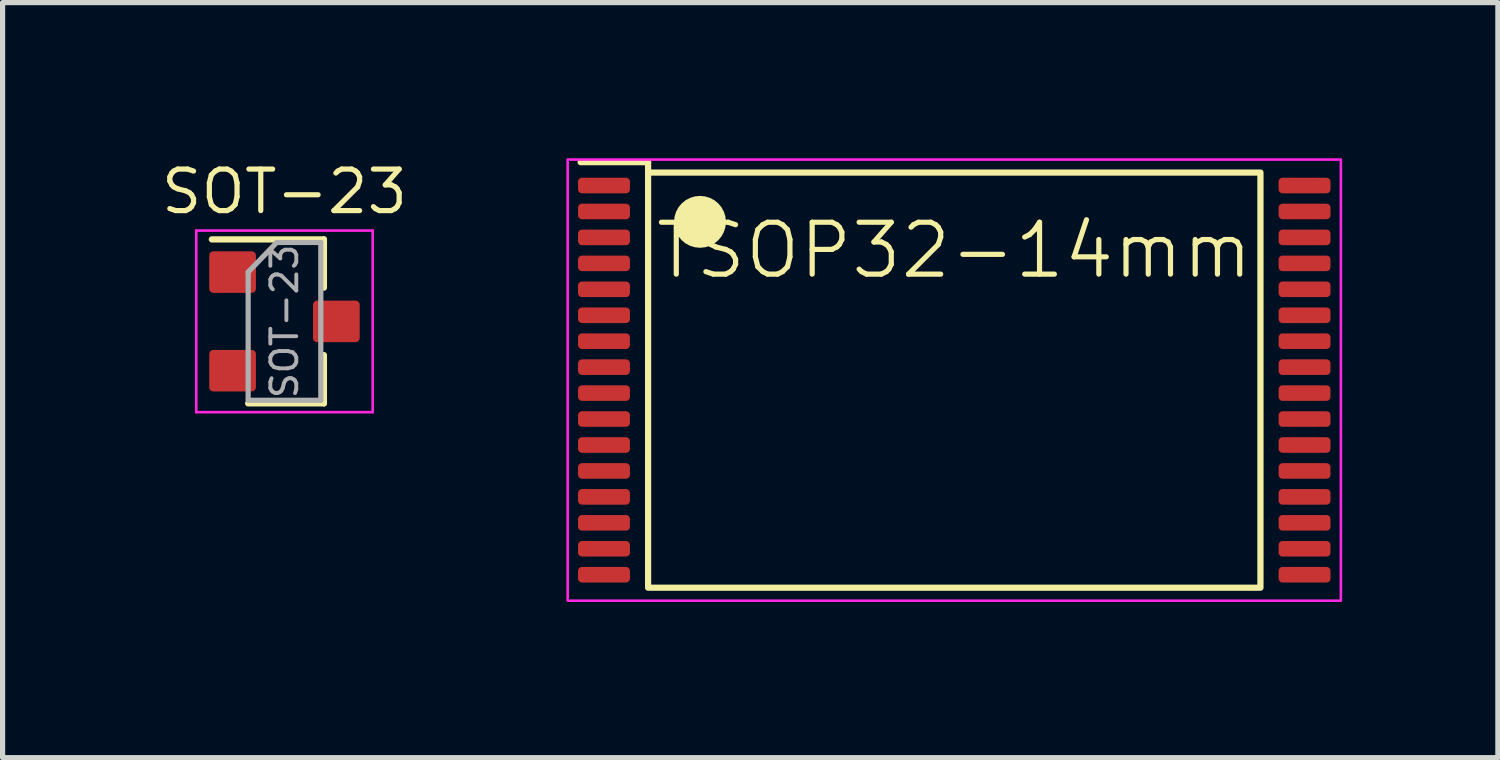
<source format=kicad_pcb>
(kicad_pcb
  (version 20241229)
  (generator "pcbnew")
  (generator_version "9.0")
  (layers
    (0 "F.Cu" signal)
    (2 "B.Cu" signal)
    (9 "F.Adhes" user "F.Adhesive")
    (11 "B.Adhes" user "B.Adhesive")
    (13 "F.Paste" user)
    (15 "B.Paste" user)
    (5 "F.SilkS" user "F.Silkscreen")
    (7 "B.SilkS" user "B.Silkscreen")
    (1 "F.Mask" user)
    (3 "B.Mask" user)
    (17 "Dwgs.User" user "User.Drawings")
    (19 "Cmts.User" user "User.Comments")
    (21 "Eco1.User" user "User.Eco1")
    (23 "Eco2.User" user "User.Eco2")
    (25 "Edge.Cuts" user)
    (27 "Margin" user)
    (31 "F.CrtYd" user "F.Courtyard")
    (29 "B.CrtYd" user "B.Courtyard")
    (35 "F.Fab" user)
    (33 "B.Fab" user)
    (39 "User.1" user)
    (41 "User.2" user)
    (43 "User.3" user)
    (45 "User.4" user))
  (footprint "TSOP32-14mm"
    (layer "F.Cu")
    (at 15.339 4.275)
    (property "Reference" "TSOP32-14mm" (at 0 -2.5 0) (unlocked yes) (layer "F.SilkS") (effects (font (size 1 1) (thickness 0.1))))
    (attr smd)
    (fp_line (start -5.9 -4.2) (end -7.2 -4.2) (stroke (width 0.12) (type default)) (layer "F.SilkS"))
    (fp_line (start -5.9 -4) (end -5.9 -4.2) (stroke (width 0.12) (type default)) (layer "F.SilkS"))
    (fp_rect (start -5.9 -4) (end 5.9 4) (stroke (width 0.12) (type default)) (fill no) (layer "F.SilkS"))
    (fp_circle (center -4.9 -3.05) (end -4.9 -2.8) (stroke (width 0.5) (type solid)) (fill no) (layer "F.SilkS"))
    (fp_rect (start -7.45 -4.25) (end 7.45 4.25) (stroke (width 0.05) (type default)) (fill no) (layer "F.CrtYd"))
    (pad "1" smd roundrect (at -6.75 -3.75 270) (size 0.3 1) (layers "F.Cu" "F.Mask" "F.Paste") (roundrect_rratio 0.25))
    (pad "2" smd roundrect (at -6.75 -3.25 270) (size 0.3 1) (layers "F.Cu" "F.Mask" "F.Paste") (roundrect_rratio 0.25))
    (pad "3" smd roundrect (at -6.75 -2.75 270) (size 0.3 1) (layers "F.Cu" "F.Mask" "F.Paste") (roundrect_rratio 0.25))
    (pad "4" smd roundrect (at -6.75 -2.25 270) (size 0.3 1) (layers "F.Cu" "F.Mask" "F.Paste") (roundrect_rratio 0.25))
    (pad "5" smd roundrect (at -6.75 -1.75 270) (size 0.3 1) (layers "F.Cu" "F.Mask" "F.Paste") (roundrect_rratio 0.25))
    (pad "6" smd roundrect (at -6.75 -1.25 270) (size 0.3 1) (layers "F.Cu" "F.Mask" "F.Paste") (roundrect_rratio 0.25))
    (pad "7" smd roundrect (at -6.75 -0.75 270) (size 0.3 1) (layers "F.Cu" "F.Mask" "F.Paste") (roundrect_rratio 0.25))
    (pad "8" smd roundrect (at -6.75 -0.25 270) (size 0.3 1) (layers "F.Cu" "F.Mask" "F.Paste") (roundrect_rratio 0.25))
    (pad "9" smd roundrect (at -6.75 0.25 270) (size 0.3 1) (layers "F.Cu" "F.Mask" "F.Paste") (roundrect_rratio 0.25))
    (pad "10" smd roundrect (at -6.75 0.75 270) (size 0.3 1) (layers "F.Cu" "F.Mask" "F.Paste") (roundrect_rratio 0.25))
    (pad "11" smd roundrect (at -6.75 1.25 270) (size 0.3 1) (layers "F.Cu" "F.Mask" "F.Paste") (roundrect_rratio 0.25))
    (pad "12" smd roundrect (at -6.75 1.75 270) (size 0.3 1) (layers "F.Cu" "F.Mask" "F.Paste") (roundrect_rratio 0.25))
    (pad "13" smd roundrect (at -6.75 2.25 270) (size 0.3 1) (layers "F.Cu" "F.Mask" "F.Paste") (roundrect_rratio 0.25))
    (pad "14" smd roundrect (at -6.75 2.75 270) (size 0.3 1) (layers "F.Cu" "F.Mask" "F.Paste") (roundrect_rratio 0.25))
    (pad "15" smd roundrect (at -6.75 3.25 270) (size 0.3 1) (layers "F.Cu" "F.Mask" "F.Paste") (roundrect_rratio 0.25))
    (pad "16" smd roundrect (at -6.75 3.75 270) (size 0.3 1) (layers "F.Cu" "F.Mask" "F.Paste") (roundrect_rratio 0.25))
    (pad "17" smd roundrect (at 6.75 3.75 270) (size 0.3 1) (layers "F.Cu" "F.Mask" "F.Paste") (roundrect_rratio 0.25))
    (pad "18" smd roundrect (at 6.75 3.25 270) (size 0.3 1) (layers "F.Cu" "F.Mask" "F.Paste") (roundrect_rratio 0.25))
    (pad "19" smd roundrect (at 6.75 2.75 270) (size 0.3 1) (layers "F.Cu" "F.Mask" "F.Paste") (roundrect_rratio 0.25))
    (pad "20" smd roundrect (at 6.75 2.25 270) (size 0.3 1) (layers "F.Cu" "F.Mask" "F.Paste") (roundrect_rratio 0.25))
    (pad "21" smd roundrect (at 6.75 1.75 270) (size 0.3 1) (layers "F.Cu" "F.Mask" "F.Paste") (roundrect_rratio 0.25))
    (pad "22" smd roundrect (at 6.75 1.25 270) (size 0.3 1) (layers "F.Cu" "F.Mask" "F.Paste") (roundrect_rratio 0.25))
    (pad "23" smd roundrect (at 6.75 0.75 270) (size 0.3 1) (layers "F.Cu" "F.Mask" "F.Paste") (roundrect_rratio 0.25))
    (pad "24" smd roundrect (at 6.75 0.25 270) (size 0.3 1) (layers "F.Cu" "F.Mask" "F.Paste") (roundrect_rratio 0.25))
    (pad "25" smd roundrect (at 6.75 -0.25 270) (size 0.3 1) (layers "F.Cu" "F.Mask" "F.Paste") (roundrect_rratio 0.25))
    (pad "26" smd roundrect (at 6.75 -0.75 270) (size 0.3 1) (layers "F.Cu" "F.Mask" "F.Paste") (roundrect_rratio 0.25))
    (pad "27" smd roundrect (at 6.75 -1.25 270) (size 0.3 1) (layers "F.Cu" "F.Mask" "F.Paste") (roundrect_rratio 0.25))
    (pad "28" smd roundrect (at 6.75 -1.75 270) (size 0.3 1) (layers "F.Cu" "F.Mask" "F.Paste") (roundrect_rratio 0.25))
    (pad "29" smd roundrect (at 6.75 -2.25 270) (size 0.3 1) (layers "F.Cu" "F.Mask" "F.Paste") (roundrect_rratio 0.25))
    (pad "30" smd roundrect (at 6.75 -2.75 270) (size 0.3 1) (layers "F.Cu" "F.Mask" "F.Paste") (roundrect_rratio 0.25))
    (pad "31" smd roundrect (at 6.75 -3.25 270) (size 0.3 1) (layers "F.Cu" "F.Mask" "F.Paste") (roundrect_rratio 0.25))
    (pad "32" smd roundrect (at 6.75 -3.75 270) (size 0.3 1) (layers "F.Cu" "F.Mask" "F.Paste") (roundrect_rratio 0.25)))
  (footprint "SOT-23"
    (layer "F.Cu")
    (at 2.432 3.143)
    (property "Reference" "SOT-23" (at 0 -2.5 0) (layer "F.SilkS") (effects (font (size 0.8 0.8) (thickness 0.1))))
    (attr smd)
    (fp_line (start 0.76 -1.58) (end -1.4 -1.58) (stroke (width 0.12) (type solid)) (layer "F.SilkS"))
    (fp_line (start 0.76 -1.58) (end 0.76 -0.65) (stroke (width 0.12) (type solid)) (layer "F.SilkS"))
    (fp_line (start 0.76 1.58) (end -0.7 1.58) (stroke (width 0.12) (type solid)) (layer "F.SilkS"))
    (fp_line (start 0.76 1.58) (end 0.76 0.65) (stroke (width 0.12) (type solid)) (layer "F.SilkS"))
    (fp_line (start -1.7 -1.75) (end 1.7 -1.75) (stroke (width 0.05) (type solid)) (layer "F.CrtYd"))
    (fp_line (start -1.7 1.75) (end -1.7 -1.75) (stroke (width 0.05) (type solid)) (layer "F.CrtYd"))
    (fp_line (start 1.7 -1.75) (end 1.7 1.75) (stroke (width 0.05) (type solid)) (layer "F.CrtYd"))
    (fp_line (start 1.7 1.75) (end -1.7 1.75) (stroke (width 0.05) (type solid)) (layer "F.CrtYd"))
    (fp_line (start -0.7 -0.95) (end -0.7 1.5) (stroke (width 0.1) (type solid)) (layer "F.Fab"))
    (fp_line (start -0.7 -0.95) (end -0.15 -1.52) (stroke (width 0.1) (type solid)) (layer "F.Fab"))
    (fp_line (start -0.7 1.52) (end 0.7 1.52) (stroke (width 0.1) (type solid)) (layer "F.Fab"))
    (fp_line (start -0.15 -1.52) (end 0.7 -1.52) (stroke (width 0.1) (type solid)) (layer "F.Fab"))
    (fp_line (start 0.7 -1.52) (end 0.7 1.52) (stroke (width 0.1) (type solid)) (layer "F.Fab"))
    (fp_text user "${REFERENCE}" (at 0 0 90) (layer "F.Fab") (effects (font (size 0.5 0.5) (thickness 0.075))))
    (pad "1" smd roundrect (at -1 -0.95) (size 0.9 0.8) (layers "F.Cu" "F.Mask" "F.Paste") (roundrect_rratio 0.1))
    (pad "2" smd roundrect (at -1 0.95) (size 0.9 0.8) (layers "F.Cu" "F.Mask" "F.Paste") (roundrect_rratio 0.1))
    (pad "3" smd roundrect (at 1 0) (size 0.9 0.8) (layers "F.Cu" "F.Mask" "F.Paste") (roundrect_rratio 0.1)))
  (gr_rect
    (start -3 -3)
    (end 25.814 11.55)
    (stroke (width 0.1) (type default))
    (fill no)
    (layer "Edge.Cuts")))
</source>
